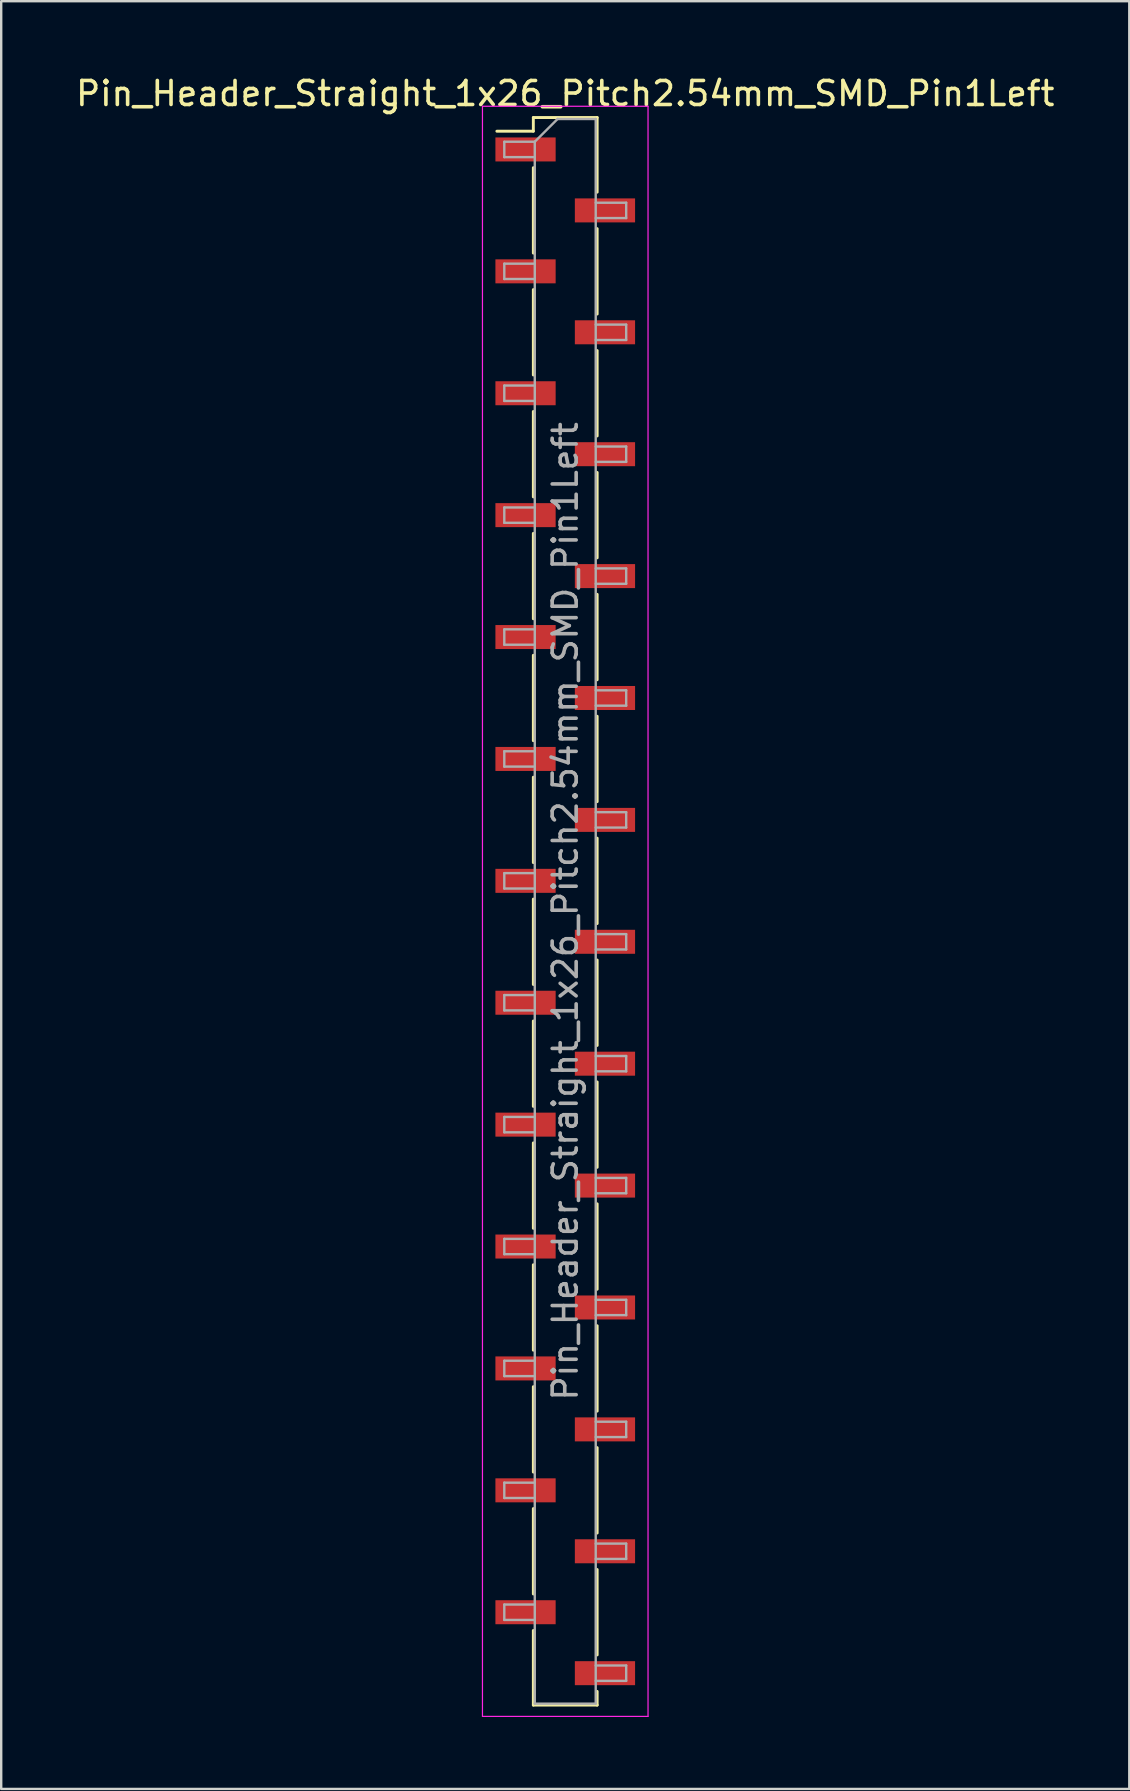
<source format=kicad_pcb>
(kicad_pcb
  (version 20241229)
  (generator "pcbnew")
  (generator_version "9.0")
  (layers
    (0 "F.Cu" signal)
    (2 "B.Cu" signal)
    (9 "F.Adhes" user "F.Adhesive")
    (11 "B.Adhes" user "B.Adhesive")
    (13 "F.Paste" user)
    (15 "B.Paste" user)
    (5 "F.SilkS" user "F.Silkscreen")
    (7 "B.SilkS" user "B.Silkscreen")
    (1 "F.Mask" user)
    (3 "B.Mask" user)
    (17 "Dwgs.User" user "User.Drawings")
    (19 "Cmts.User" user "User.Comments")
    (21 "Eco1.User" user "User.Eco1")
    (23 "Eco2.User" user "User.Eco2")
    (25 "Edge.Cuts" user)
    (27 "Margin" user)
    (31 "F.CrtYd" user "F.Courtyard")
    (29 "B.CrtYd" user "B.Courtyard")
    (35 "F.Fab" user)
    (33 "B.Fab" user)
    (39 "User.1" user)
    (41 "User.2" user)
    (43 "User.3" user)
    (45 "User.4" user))
  (footprint "Pin_Header_Straight_1x26_Pitch2.54mm_SMD_Pin1Left"
    (layer "F.Cu")
    (at 20.506 34.928)
    (property "Reference" "Pin_Header_Straight_1x26_Pitch2.54mm_SMD_Pin1Left" (at 0 -34.08 0) (layer "F.SilkS") (effects (font (size 1 1) (thickness 0.15))))
    (attr smd)
    (fp_line (start -1.33 -33.08) (end -1.33 -32.51) (stroke (width 0.12) (type solid)) (layer "F.SilkS"))
    (fp_line (start -1.33 -33.08) (end 1.33 -33.08) (stroke (width 0.12) (type solid)) (layer "F.SilkS"))
    (fp_line (start -1.33 -32.51) (end -2.85 -32.51) (stroke (width 0.12) (type solid)) (layer "F.SilkS"))
    (fp_line (start -1.33 -30.99) (end -1.33 -27.43) (stroke (width 0.12) (type solid)) (layer "F.SilkS"))
    (fp_line (start -1.33 -25.91) (end -1.33 -22.35) (stroke (width 0.12) (type solid)) (layer "F.SilkS"))
    (fp_line (start -1.33 -20.83) (end -1.33 -17.27) (stroke (width 0.12) (type solid)) (layer "F.SilkS"))
    (fp_line (start -1.33 -15.75) (end -1.33 -12.19) (stroke (width 0.12) (type solid)) (layer "F.SilkS"))
    (fp_line (start -1.33 -10.67) (end -1.33 -7.11) (stroke (width 0.12) (type solid)) (layer "F.SilkS"))
    (fp_line (start -1.33 -5.59) (end -1.33 -2.03) (stroke (width 0.12) (type solid)) (layer "F.SilkS"))
    (fp_line (start -1.33 -0.51) (end -1.33 3.05) (stroke (width 0.12) (type solid)) (layer "F.SilkS"))
    (fp_line (start -1.33 4.57) (end -1.33 8.13) (stroke (width 0.12) (type solid)) (layer "F.SilkS"))
    (fp_line (start -1.33 9.65) (end -1.33 13.21) (stroke (width 0.12) (type solid)) (layer "F.SilkS"))
    (fp_line (start -1.33 14.73) (end -1.33 18.29) (stroke (width 0.12) (type solid)) (layer "F.SilkS"))
    (fp_line (start -1.33 19.81) (end -1.33 23.37) (stroke (width 0.12) (type solid)) (layer "F.SilkS"))
    (fp_line (start -1.33 24.89) (end -1.33 28.45) (stroke (width 0.12) (type solid)) (layer "F.SilkS"))
    (fp_line (start -1.33 29.97) (end -1.33 33.08) (stroke (width 0.12) (type solid)) (layer "F.SilkS"))
    (fp_line (start -1.33 33.08) (end 1.33 33.08) (stroke (width 0.12) (type solid)) (layer "F.SilkS"))
    (fp_line (start 1.33 -33.08) (end 1.33 -29.97) (stroke (width 0.12) (type solid)) (layer "F.SilkS"))
    (fp_line (start 1.33 -28.45) (end 1.33 -24.89) (stroke (width 0.12) (type solid)) (layer "F.SilkS"))
    (fp_line (start 1.33 -23.37) (end 1.33 -19.81) (stroke (width 0.12) (type solid)) (layer "F.SilkS"))
    (fp_line (start 1.33 -18.29) (end 1.33 -14.73) (stroke (width 0.12) (type solid)) (layer "F.SilkS"))
    (fp_line (start 1.33 -13.21) (end 1.33 -9.65) (stroke (width 0.12) (type solid)) (layer "F.SilkS"))
    (fp_line (start 1.33 -8.13) (end 1.33 -4.57) (stroke (width 0.12) (type solid)) (layer "F.SilkS"))
    (fp_line (start 1.33 -3.05) (end 1.33 0.51) (stroke (width 0.12) (type solid)) (layer "F.SilkS"))
    (fp_line (start 1.33 2.03) (end 1.33 5.59) (stroke (width 0.12) (type solid)) (layer "F.SilkS"))
    (fp_line (start 1.33 7.11) (end 1.33 10.67) (stroke (width 0.12) (type solid)) (layer "F.SilkS"))
    (fp_line (start 1.33 12.19) (end 1.33 15.75) (stroke (width 0.12) (type solid)) (layer "F.SilkS"))
    (fp_line (start 1.33 17.27) (end 1.33 20.83) (stroke (width 0.12) (type solid)) (layer "F.SilkS"))
    (fp_line (start 1.33 22.35) (end 1.33 25.91) (stroke (width 0.12) (type solid)) (layer "F.SilkS"))
    (fp_line (start 1.33 27.43) (end 1.33 30.99) (stroke (width 0.12) (type solid)) (layer "F.SilkS"))
    (fp_line (start 1.33 32.51) (end 1.33 33.08) (stroke (width 0.12) (type solid)) (layer "F.SilkS"))
    (fp_line (start -3.45 -33.55) (end -3.45 33.55) (stroke (width 0.05) (type solid)) (layer "F.CrtYd"))
    (fp_line (start -3.45 33.55) (end 3.45 33.55) (stroke (width 0.05) (type solid)) (layer "F.CrtYd"))
    (fp_line (start 3.45 -33.55) (end -3.45 -33.55) (stroke (width 0.05) (type solid)) (layer "F.CrtYd"))
    (fp_line (start 3.45 33.55) (end 3.45 -33.55) (stroke (width 0.05) (type solid)) (layer "F.CrtYd"))
    (fp_line (start -2.54 -32.07) (end -2.54 -31.43) (stroke (width 0.1) (type solid)) (layer "F.Fab"))
    (fp_line (start -2.54 -31.43) (end -1.27 -31.43) (stroke (width 0.1) (type solid)) (layer "F.Fab"))
    (fp_line (start -2.54 -26.99) (end -2.54 -26.35) (stroke (width 0.1) (type solid)) (layer "F.Fab"))
    (fp_line (start -2.54 -26.35) (end -1.27 -26.35) (stroke (width 0.1) (type solid)) (layer "F.Fab"))
    (fp_line (start -2.54 -21.91) (end -2.54 -21.27) (stroke (width 0.1) (type solid)) (layer "F.Fab"))
    (fp_line (start -2.54 -21.27) (end -1.27 -21.27) (stroke (width 0.1) (type solid)) (layer "F.Fab"))
    (fp_line (start -2.54 -16.83) (end -2.54 -16.19) (stroke (width 0.1) (type solid)) (layer "F.Fab"))
    (fp_line (start -2.54 -16.19) (end -1.27 -16.19) (stroke (width 0.1) (type solid)) (layer "F.Fab"))
    (fp_line (start -2.54 -11.75) (end -2.54 -11.11) (stroke (width 0.1) (type solid)) (layer "F.Fab"))
    (fp_line (start -2.54 -11.11) (end -1.27 -11.11) (stroke (width 0.1) (type solid)) (layer "F.Fab"))
    (fp_line (start -2.54 -6.67) (end -2.54 -6.03) (stroke (width 0.1) (type solid)) (layer "F.Fab"))
    (fp_line (start -2.54 -6.03) (end -1.27 -6.03) (stroke (width 0.1) (type solid)) (layer "F.Fab"))
    (fp_line (start -2.54 -1.59) (end -2.54 -0.95) (stroke (width 0.1) (type solid)) (layer "F.Fab"))
    (fp_line (start -2.54 -0.95) (end -1.27 -0.95) (stroke (width 0.1) (type solid)) (layer "F.Fab"))
    (fp_line (start -2.54 3.49) (end -2.54 4.13) (stroke (width 0.1) (type solid)) (layer "F.Fab"))
    (fp_line (start -2.54 4.13) (end -1.27 4.13) (stroke (width 0.1) (type solid)) (layer "F.Fab"))
    (fp_line (start -2.54 8.57) (end -2.54 9.21) (stroke (width 0.1) (type solid)) (layer "F.Fab"))
    (fp_line (start -2.54 9.21) (end -1.27 9.21) (stroke (width 0.1) (type solid)) (layer "F.Fab"))
    (fp_line (start -2.54 13.65) (end -2.54 14.29) (stroke (width 0.1) (type solid)) (layer "F.Fab"))
    (fp_line (start -2.54 14.29) (end -1.27 14.29) (stroke (width 0.1) (type solid)) (layer "F.Fab"))
    (fp_line (start -2.54 18.73) (end -2.54 19.37) (stroke (width 0.1) (type solid)) (layer "F.Fab"))
    (fp_line (start -2.54 19.37) (end -1.27 19.37) (stroke (width 0.1) (type solid)) (layer "F.Fab"))
    (fp_line (start -2.54 23.81) (end -2.54 24.45) (stroke (width 0.1) (type solid)) (layer "F.Fab"))
    (fp_line (start -2.54 24.45) (end -1.27 24.45) (stroke (width 0.1) (type solid)) (layer "F.Fab"))
    (fp_line (start -2.54 28.89) (end -2.54 29.53) (stroke (width 0.1) (type solid)) (layer "F.Fab"))
    (fp_line (start -2.54 29.53) (end -1.27 29.53) (stroke (width 0.1) (type solid)) (layer "F.Fab"))
    (fp_line (start -1.27 -32.07) (end -2.54 -32.07) (stroke (width 0.1) (type solid)) (layer "F.Fab"))
    (fp_line (start -1.27 -32.07) (end -0.32 -33.02) (stroke (width 0.1) (type solid)) (layer "F.Fab"))
    (fp_line (start -1.27 -26.99) (end -2.54 -26.99) (stroke (width 0.1) (type solid)) (layer "F.Fab"))
    (fp_line (start -1.27 -21.91) (end -2.54 -21.91) (stroke (width 0.1) (type solid)) (layer "F.Fab"))
    (fp_line (start -1.27 -16.83) (end -2.54 -16.83) (stroke (width 0.1) (type solid)) (layer "F.Fab"))
    (fp_line (start -1.27 -11.75) (end -2.54 -11.75) (stroke (width 0.1) (type solid)) (layer "F.Fab"))
    (fp_line (start -1.27 -6.67) (end -2.54 -6.67) (stroke (width 0.1) (type solid)) (layer "F.Fab"))
    (fp_line (start -1.27 -1.59) (end -2.54 -1.59) (stroke (width 0.1) (type solid)) (layer "F.Fab"))
    (fp_line (start -1.27 3.49) (end -2.54 3.49) (stroke (width 0.1) (type solid)) (layer "F.Fab"))
    (fp_line (start -1.27 8.57) (end -2.54 8.57) (stroke (width 0.1) (type solid)) (layer "F.Fab"))
    (fp_line (start -1.27 13.65) (end -2.54 13.65) (stroke (width 0.1) (type solid)) (layer "F.Fab"))
    (fp_line (start -1.27 18.73) (end -2.54 18.73) (stroke (width 0.1) (type solid)) (layer "F.Fab"))
    (fp_line (start -1.27 23.81) (end -2.54 23.81) (stroke (width 0.1) (type solid)) (layer "F.Fab"))
    (fp_line (start -1.27 28.89) (end -2.54 28.89) (stroke (width 0.1) (type solid)) (layer "F.Fab"))
    (fp_line (start -1.27 33.02) (end -1.27 -32.07) (stroke (width 0.1) (type solid)) (layer "F.Fab"))
    (fp_line (start -0.32 -33.02) (end 1.27 -33.02) (stroke (width 0.1) (type solid)) (layer "F.Fab"))
    (fp_line (start 1.27 -33.02) (end 1.27 33.02) (stroke (width 0.1) (type solid)) (layer "F.Fab"))
    (fp_line (start 1.27 -29.53) (end 2.54 -29.53) (stroke (width 0.1) (type solid)) (layer "F.Fab"))
    (fp_line (start 1.27 -24.45) (end 2.54 -24.45) (stroke (width 0.1) (type solid)) (layer "F.Fab"))
    (fp_line (start 1.27 -19.37) (end 2.54 -19.37) (stroke (width 0.1) (type solid)) (layer "F.Fab"))
    (fp_line (start 1.27 -14.29) (end 2.54 -14.29) (stroke (width 0.1) (type solid)) (layer "F.Fab"))
    (fp_line (start 1.27 -9.21) (end 2.54 -9.21) (stroke (width 0.1) (type solid)) (layer "F.Fab"))
    (fp_line (start 1.27 -4.13) (end 2.54 -4.13) (stroke (width 0.1) (type solid)) (layer "F.Fab"))
    (fp_line (start 1.27 0.95) (end 2.54 0.95) (stroke (width 0.1) (type solid)) (layer "F.Fab"))
    (fp_line (start 1.27 6.03) (end 2.54 6.03) (stroke (width 0.1) (type solid)) (layer "F.Fab"))
    (fp_line (start 1.27 11.11) (end 2.54 11.11) (stroke (width 0.1) (type solid)) (layer "F.Fab"))
    (fp_line (start 1.27 16.19) (end 2.54 16.19) (stroke (width 0.1) (type solid)) (layer "F.Fab"))
    (fp_line (start 1.27 21.27) (end 2.54 21.27) (stroke (width 0.1) (type solid)) (layer "F.Fab"))
    (fp_line (start 1.27 26.35) (end 2.54 26.35) (stroke (width 0.1) (type solid)) (layer "F.Fab"))
    (fp_line (start 1.27 31.43) (end 2.54 31.43) (stroke (width 0.1) (type solid)) (layer "F.Fab"))
    (fp_line (start 1.27 33.02) (end -1.27 33.02) (stroke (width 0.1) (type solid)) (layer "F.Fab"))
    (fp_line (start 2.54 -29.53) (end 2.54 -28.89) (stroke (width 0.1) (type solid)) (layer "F.Fab"))
    (fp_line (start 2.54 -28.89) (end 1.27 -28.89) (stroke (width 0.1) (type solid)) (layer "F.Fab"))
    (fp_line (start 2.54 -24.45) (end 2.54 -23.81) (stroke (width 0.1) (type solid)) (layer "F.Fab"))
    (fp_line (start 2.54 -23.81) (end 1.27 -23.81) (stroke (width 0.1) (type solid)) (layer "F.Fab"))
    (fp_line (start 2.54 -19.37) (end 2.54 -18.73) (stroke (width 0.1) (type solid)) (layer "F.Fab"))
    (fp_line (start 2.54 -18.73) (end 1.27 -18.73) (stroke (width 0.1) (type solid)) (layer "F.Fab"))
    (fp_line (start 2.54 -14.29) (end 2.54 -13.65) (stroke (width 0.1) (type solid)) (layer "F.Fab"))
    (fp_line (start 2.54 -13.65) (end 1.27 -13.65) (stroke (width 0.1) (type solid)) (layer "F.Fab"))
    (fp_line (start 2.54 -9.21) (end 2.54 -8.57) (stroke (width 0.1) (type solid)) (layer "F.Fab"))
    (fp_line (start 2.54 -8.57) (end 1.27 -8.57) (stroke (width 0.1) (type solid)) (layer "F.Fab"))
    (fp_line (start 2.54 -4.13) (end 2.54 -3.49) (stroke (width 0.1) (type solid)) (layer "F.Fab"))
    (fp_line (start 2.54 -3.49) (end 1.27 -3.49) (stroke (width 0.1) (type solid)) (layer "F.Fab"))
    (fp_line (start 2.54 0.95) (end 2.54 1.59) (stroke (width 0.1) (type solid)) (layer "F.Fab"))
    (fp_line (start 2.54 1.59) (end 1.27 1.59) (stroke (width 0.1) (type solid)) (layer "F.Fab"))
    (fp_line (start 2.54 6.03) (end 2.54 6.67) (stroke (width 0.1) (type solid)) (layer "F.Fab"))
    (fp_line (start 2.54 6.67) (end 1.27 6.67) (stroke (width 0.1) (type solid)) (layer "F.Fab"))
    (fp_line (start 2.54 11.11) (end 2.54 11.75) (stroke (width 0.1) (type solid)) (layer "F.Fab"))
    (fp_line (start 2.54 11.75) (end 1.27 11.75) (stroke (width 0.1) (type solid)) (layer "F.Fab"))
    (fp_line (start 2.54 16.19) (end 2.54 16.83) (stroke (width 0.1) (type solid)) (layer "F.Fab"))
    (fp_line (start 2.54 16.83) (end 1.27 16.83) (stroke (width 0.1) (type solid)) (layer "F.Fab"))
    (fp_line (start 2.54 21.27) (end 2.54 21.91) (stroke (width 0.1) (type solid)) (layer "F.Fab"))
    (fp_line (start 2.54 21.91) (end 1.27 21.91) (stroke (width 0.1) (type solid)) (layer "F.Fab"))
    (fp_line (start 2.54 26.35) (end 2.54 26.99) (stroke (width 0.1) (type solid)) (layer "F.Fab"))
    (fp_line (start 2.54 26.99) (end 1.27 26.99) (stroke (width 0.1) (type solid)) (layer "F.Fab"))
    (fp_line (start 2.54 31.43) (end 2.54 32.07) (stroke (width 0.1) (type solid)) (layer "F.Fab"))
    (fp_line (start 2.54 32.07) (end 1.27 32.07) (stroke (width 0.1) (type solid)) (layer "F.Fab"))
    (fp_text user "${REFERENCE}" (at 0 0 90) (layer "F.Fab") (effects (font (size 1 1) (thickness 0.15))))
    (pad "1" smd rect (at -1.655 -31.75) (size 2.51 1) (layers "F.Cu" "F.Mask" "F.Paste"))
    (pad "2" smd rect (at 1.655 -29.21) (size 2.51 1) (layers "F.Cu" "F.Mask" "F.Paste"))
    (pad "3" smd rect (at -1.655 -26.67) (size 2.51 1) (layers "F.Cu" "F.Mask" "F.Paste"))
    (pad "4" smd rect (at 1.655 -24.13) (size 2.51 1) (layers "F.Cu" "F.Mask" "F.Paste"))
    (pad "5" smd rect (at -1.655 -21.59) (size 2.51 1) (layers "F.Cu" "F.Mask" "F.Paste"))
    (pad "6" smd rect (at 1.655 -19.05) (size 2.51 1) (layers "F.Cu" "F.Mask" "F.Paste"))
    (pad "7" smd rect (at -1.655 -16.51) (size 2.51 1) (layers "F.Cu" "F.Mask" "F.Paste"))
    (pad "8" smd rect (at 1.655 -13.97) (size 2.51 1) (layers "F.Cu" "F.Mask" "F.Paste"))
    (pad "9" smd rect (at -1.655 -11.43) (size 2.51 1) (layers "F.Cu" "F.Mask" "F.Paste"))
    (pad "10" smd rect (at 1.655 -8.89) (size 2.51 1) (layers "F.Cu" "F.Mask" "F.Paste"))
    (pad "11" smd rect (at -1.655 -6.35) (size 2.51 1) (layers "F.Cu" "F.Mask" "F.Paste"))
    (pad "12" smd rect (at 1.655 -3.81) (size 2.51 1) (layers "F.Cu" "F.Mask" "F.Paste"))
    (pad "13" smd rect (at -1.655 -1.27) (size 2.51 1) (layers "F.Cu" "F.Mask" "F.Paste"))
    (pad "14" smd rect (at 1.655 1.27) (size 2.51 1) (layers "F.Cu" "F.Mask" "F.Paste"))
    (pad "15" smd rect (at -1.655 3.81) (size 2.51 1) (layers "F.Cu" "F.Mask" "F.Paste"))
    (pad "16" smd rect (at 1.655 6.35) (size 2.51 1) (layers "F.Cu" "F.Mask" "F.Paste"))
    (pad "17" smd rect (at -1.655 8.89) (size 2.51 1) (layers "F.Cu" "F.Mask" "F.Paste"))
    (pad "18" smd rect (at 1.655 11.43) (size 2.51 1) (layers "F.Cu" "F.Mask" "F.Paste"))
    (pad "19" smd rect (at -1.655 13.97) (size 2.51 1) (layers "F.Cu" "F.Mask" "F.Paste"))
    (pad "20" smd rect (at 1.655 16.51) (size 2.51 1) (layers "F.Cu" "F.Mask" "F.Paste"))
    (pad "21" smd rect (at -1.655 19.05) (size 2.51 1) (layers "F.Cu" "F.Mask" "F.Paste"))
    (pad "22" smd rect (at 1.655 21.59) (size 2.51 1) (layers "F.Cu" "F.Mask" "F.Paste"))
    (pad "23" smd rect (at -1.655 24.13) (size 2.51 1) (layers "F.Cu" "F.Mask" "F.Paste"))
    (pad "24" smd rect (at 1.655 26.67) (size 2.51 1) (layers "F.Cu" "F.Mask" "F.Paste"))
    (pad "25" smd rect (at -1.655 29.21) (size 2.51 1) (layers "F.Cu" "F.Mask" "F.Paste"))
    (pad "26" smd rect (at 1.655 31.75) (size 2.51 1) (layers "F.Cu" "F.Mask" "F.Paste")))
  (gr_rect
    (start -3 -3)
    (end 44.012 71.503)
    (stroke (width 0.1) (type default))
    (fill no)
    (layer "Edge.Cuts")))
</source>
